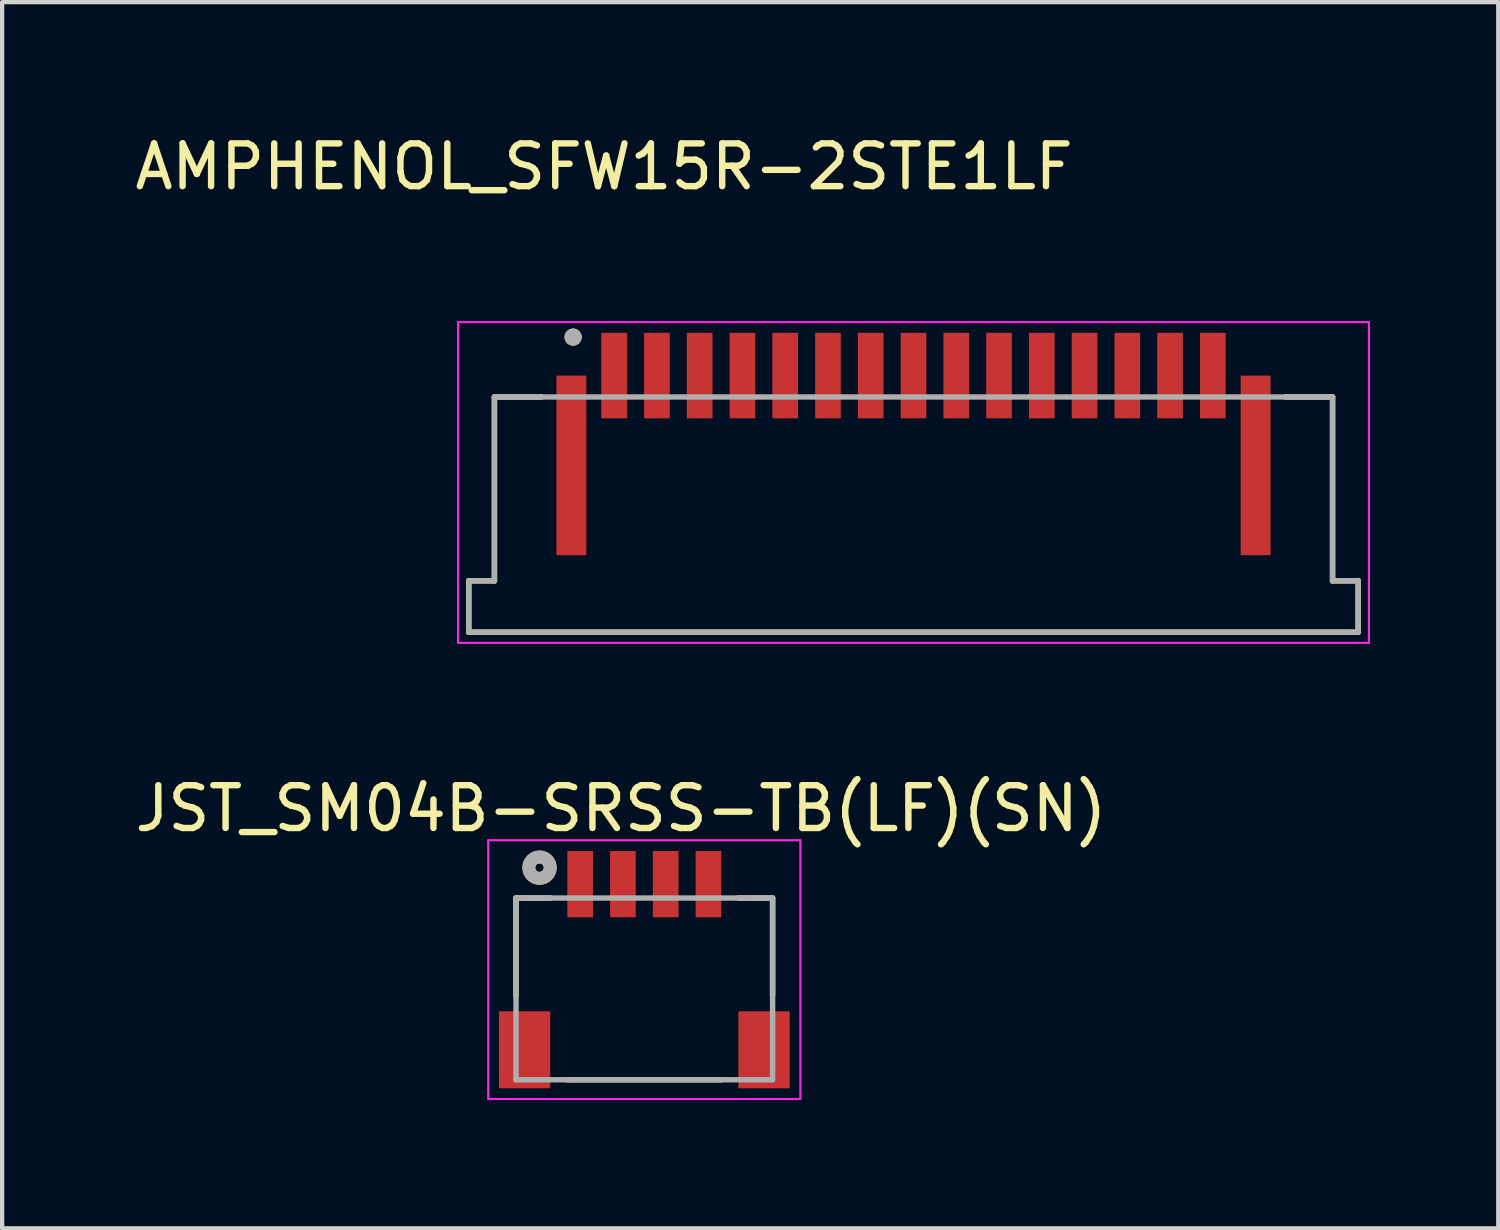
<source format=kicad_pcb>
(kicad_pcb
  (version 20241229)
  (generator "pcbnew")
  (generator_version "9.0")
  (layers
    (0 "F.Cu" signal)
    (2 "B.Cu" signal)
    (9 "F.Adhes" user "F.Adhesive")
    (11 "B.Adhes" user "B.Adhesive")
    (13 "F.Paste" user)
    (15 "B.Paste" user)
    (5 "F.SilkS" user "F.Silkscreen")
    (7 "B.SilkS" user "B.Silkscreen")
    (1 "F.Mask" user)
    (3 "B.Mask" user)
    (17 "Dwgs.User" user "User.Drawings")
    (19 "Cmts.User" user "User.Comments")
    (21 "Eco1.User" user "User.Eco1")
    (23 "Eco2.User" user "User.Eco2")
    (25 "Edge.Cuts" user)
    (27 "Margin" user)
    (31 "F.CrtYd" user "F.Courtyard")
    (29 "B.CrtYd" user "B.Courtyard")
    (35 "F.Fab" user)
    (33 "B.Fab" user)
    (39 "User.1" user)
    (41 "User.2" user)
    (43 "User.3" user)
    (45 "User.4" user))
  (footprint "JST_SM04B-SRSS-TB(LF)(SN)"
    (layer "F.Cu")
    (at 12.017 17.625)
    (property "Reference" "JST_SM04B-SRSS-TB(LF)(SN)" (at -0.545 -1.768 0) (layer "F.SilkS") (effects (font (size 1.001 1.001) (thickness 0.15))))
    (attr smd)
    (fp_line (start -3 0.325) (end -3 2.6) (stroke (width 0.127) (type solid)) (layer "F.SilkS"))
    (fp_line (start -2.2 0.325) (end -3 0.325) (stroke (width 0.127) (type solid)) (layer "F.SilkS"))
    (fp_line (start -1.8 4.575) (end 1.8 4.575) (stroke (width 0.127) (type solid)) (layer "F.SilkS"))
    (fp_line (start 2.2 0.325) (end 3 0.325) (stroke (width 0.127) (type solid)) (layer "F.SilkS"))
    (fp_line (start 3 0.325) (end 3 2.6) (stroke (width 0.127) (type solid)) (layer "F.SilkS"))
    (fp_circle (center -2.45 -0.385) (end -2.35 -0.385) (stroke (width 0.3) (type solid)) (fill no) (layer "F.SilkS"))
    (fp_line (start -3.65 -1.025) (end 3.65 -1.025) (stroke (width 0.05) (type solid)) (layer "F.CrtYd"))
    (fp_line (start -3.65 5.025) (end -3.65 -1.025) (stroke (width 0.05) (type solid)) (layer "F.CrtYd"))
    (fp_line (start 3.65 -1.025) (end 3.65 5.025) (stroke (width 0.05) (type solid)) (layer "F.CrtYd"))
    (fp_line (start 3.65 5.025) (end -3.65 5.025) (stroke (width 0.05) (type solid)) (layer "F.CrtYd"))
    (fp_line (start -3 0.325) (end 3 0.325) (stroke (width 0.127) (type solid)) (layer "F.Fab"))
    (fp_line (start -3 4.575) (end -3 0.325) (stroke (width 0.127) (type solid)) (layer "F.Fab"))
    (fp_line (start 3 0.325) (end 3 4.575) (stroke (width 0.127) (type solid)) (layer "F.Fab"))
    (fp_line (start 3 4.575) (end -3 4.575) (stroke (width 0.127) (type solid)) (layer "F.Fab"))
    (fp_circle (center -2.45 -0.385) (end -2.35 -0.385) (stroke (width 0.3) (type solid)) (fill no) (layer "F.Fab"))
    (pad "1" smd rect (at -1.5 0) (size 0.6 1.55) (layers "F.Cu" "F.Mask" "F.Paste"))
    (pad "2" smd rect (at -0.5 0) (size 0.6 1.55) (layers "F.Cu" "F.Mask" "F.Paste"))
    (pad "3" smd rect (at 0.5 0) (size 0.6 1.55) (layers "F.Cu" "F.Mask" "F.Paste"))
    (pad "4" smd rect (at 1.5 0) (size 0.6 1.55) (layers "F.Cu" "F.Mask" "F.Paste"))
    (pad "S1" smd rect (at -2.8 3.875 180) (size 1.2 1.8) (layers "F.Cu" "F.Mask" "F.Paste"))
    (pad "S2" smd rect (at 2.8 3.875 180) (size 1.2 1.8) (layers "F.Cu" "F.Mask" "F.Paste")))
  (footprint "AMPHENOL_SFW15R-2STE1LF"
    (layer "F.Cu")
    (at 18.312 7.833)
    (property "Reference" "AMPHENOL_SFW15R-2STE1LF" (at -7.235 -6.985 0) (unlocked yes) (layer "F.SilkS") (effects (font (size 1 1) (thickness 0.15))))
    (attr smd)
    (fp_line (start -10.4 2.7) (end -9.8 2.7) (stroke (width 0.127) (type solid)) (layer "F.SilkS"))
    (fp_line (start -10.4 3.9) (end -10.4 2.7) (stroke (width 0.127) (type solid)) (layer "F.SilkS"))
    (fp_line (start -9.8 -1.6) (end -8.7 -1.6) (stroke (width 0.127) (type solid)) (layer "F.SilkS"))
    (fp_line (start -9.8 2.7) (end -9.8 -1.6) (stroke (width 0.127) (type solid)) (layer "F.SilkS"))
    (fp_line (start 8.7 -1.6) (end 9.8 -1.6) (stroke (width 0.127) (type solid)) (layer "F.SilkS"))
    (fp_line (start 9.8 -1.6) (end 9.8 2.7) (stroke (width 0.127) (type solid)) (layer "F.SilkS"))
    (fp_line (start 9.8 2.7) (end 10.4 2.7) (stroke (width 0.127) (type solid)) (layer "F.SilkS"))
    (fp_line (start 10.4 2.7) (end 10.4 3.9) (stroke (width 0.127) (type solid)) (layer "F.SilkS"))
    (fp_line (start 10.4 3.9) (end -10.4 3.9) (stroke (width 0.127) (type solid)) (layer "F.SilkS"))
    (fp_circle (center -7.96 -3) (end -7.86 -3) (stroke (width 0.2) (type solid)) (fill no) (layer "F.SilkS"))
    (fp_line (start -10.65 -3.35) (end 10.65 -3.35) (stroke (width 0.05) (type solid)) (layer "F.CrtYd"))
    (fp_line (start -10.65 4.15) (end -10.65 -3.35) (stroke (width 0.05) (type solid)) (layer "F.CrtYd"))
    (fp_line (start 10.65 -3.35) (end 10.65 4.15) (stroke (width 0.05) (type solid)) (layer "F.CrtYd"))
    (fp_line (start 10.65 4.15) (end -10.65 4.15) (stroke (width 0.05) (type solid)) (layer "F.CrtYd"))
    (fp_line (start -10.4 2.7) (end -9.8 2.7) (stroke (width 0.127) (type solid)) (layer "F.Fab"))
    (fp_line (start -10.4 3.9) (end -10.4 2.7) (stroke (width 0.127) (type solid)) (layer "F.Fab"))
    (fp_line (start -10.4 3.9) (end 10.4 3.9) (stroke (width 0.127) (type solid)) (layer "F.Fab"))
    (fp_line (start -9.8 -1.6) (end 9.8 -1.6) (stroke (width 0.127) (type solid)) (layer "F.Fab"))
    (fp_line (start -9.8 2.7) (end -9.8 -1.6) (stroke (width 0.127) (type solid)) (layer "F.Fab"))
    (fp_line (start 9.8 -1.6) (end 9.8 2.7) (stroke (width 0.127) (type solid)) (layer "F.Fab"))
    (fp_line (start 9.8 2.7) (end 10.4 2.7) (stroke (width 0.127) (type solid)) (layer "F.Fab"))
    (fp_line (start 10.4 2.7) (end 10.4 3.9) (stroke (width 0.127) (type solid)) (layer "F.Fab"))
    (fp_circle (center -7.96 -3) (end -7.86 -3) (stroke (width 0.2) (type solid)) (fill no) (layer "F.Fab"))
    (pad "1" smd rect (at -7 -2.1) (size 0.6 2) (layers "F.Cu" "F.Mask" "F.Paste"))
    (pad "2" smd rect (at -6 -2.1) (size 0.6 2) (layers "F.Cu" "F.Mask" "F.Paste"))
    (pad "3" smd rect (at -5 -2.1) (size 0.6 2) (layers "F.Cu" "F.Mask" "F.Paste"))
    (pad "4" smd rect (at -4 -2.1) (size 0.6 2) (layers "F.Cu" "F.Mask" "F.Paste"))
    (pad "5" smd rect (at -3 -2.1) (size 0.6 2) (layers "F.Cu" "F.Mask" "F.Paste"))
    (pad "6" smd rect (at -2 -2.1) (size 0.6 2) (layers "F.Cu" "F.Mask" "F.Paste"))
    (pad "7" smd rect (at -1 -2.1) (size 0.6 2) (layers "F.Cu" "F.Mask" "F.Paste"))
    (pad "8" smd rect (at 0 -2.1) (size 0.6 2) (layers "F.Cu" "F.Mask" "F.Paste"))
    (pad "9" smd rect (at 1 -2.1) (size 0.6 2) (layers "F.Cu" "F.Mask" "F.Paste"))
    (pad "10" smd rect (at 2 -2.1) (size 0.6 2) (layers "F.Cu" "F.Mask" "F.Paste"))
    (pad "11" smd rect (at 3 -2.1) (size 0.6 2) (layers "F.Cu" "F.Mask" "F.Paste"))
    (pad "12" smd rect (at 4 -2.1) (size 0.6 2) (layers "F.Cu" "F.Mask" "F.Paste"))
    (pad "13" smd rect (at 5 -2.1) (size 0.6 2) (layers "F.Cu" "F.Mask" "F.Paste"))
    (pad "14" smd rect (at 6 -2.1) (size 0.6 2) (layers "F.Cu" "F.Mask" "F.Paste"))
    (pad "15" smd rect (at 7 -2.1) (size 0.6 2) (layers "F.Cu" "F.Mask" "F.Paste"))
    (pad "S1" smd rect (at -8 0) (size 0.7 4.2) (layers "F.Cu" "F.Mask" "F.Paste"))
    (pad "S2" smd rect (at 8 0) (size 0.7 4.2) (layers "F.Cu" "F.Mask" "F.Paste")))
  (gr_rect
    (start -3 -3)
    (end 31.987 25.675)
    (stroke (width 0.1) (type default))
    (fill no)
    (layer "Edge.Cuts")))
</source>
